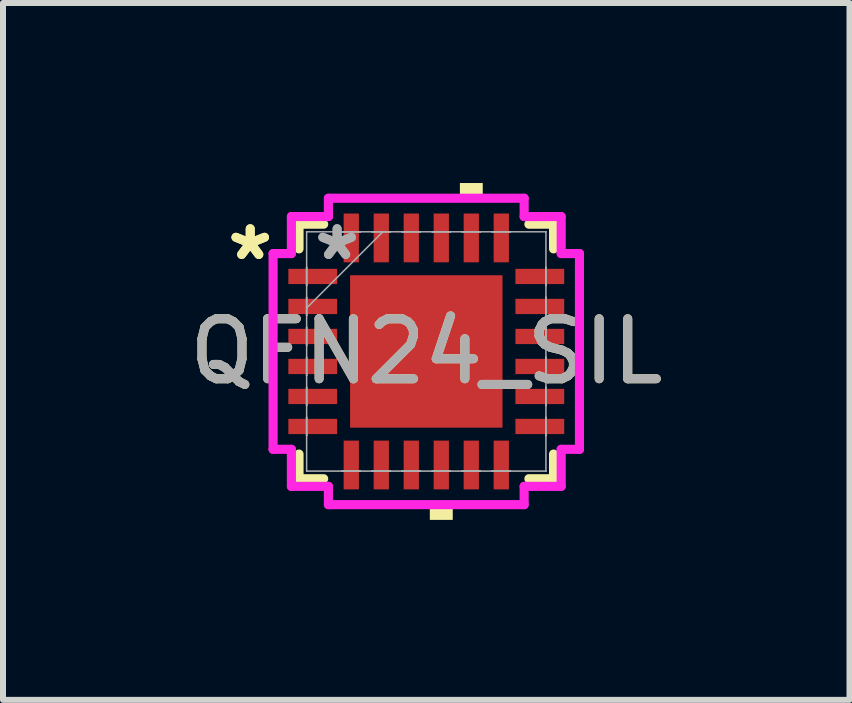
<source format=kicad_pcb>
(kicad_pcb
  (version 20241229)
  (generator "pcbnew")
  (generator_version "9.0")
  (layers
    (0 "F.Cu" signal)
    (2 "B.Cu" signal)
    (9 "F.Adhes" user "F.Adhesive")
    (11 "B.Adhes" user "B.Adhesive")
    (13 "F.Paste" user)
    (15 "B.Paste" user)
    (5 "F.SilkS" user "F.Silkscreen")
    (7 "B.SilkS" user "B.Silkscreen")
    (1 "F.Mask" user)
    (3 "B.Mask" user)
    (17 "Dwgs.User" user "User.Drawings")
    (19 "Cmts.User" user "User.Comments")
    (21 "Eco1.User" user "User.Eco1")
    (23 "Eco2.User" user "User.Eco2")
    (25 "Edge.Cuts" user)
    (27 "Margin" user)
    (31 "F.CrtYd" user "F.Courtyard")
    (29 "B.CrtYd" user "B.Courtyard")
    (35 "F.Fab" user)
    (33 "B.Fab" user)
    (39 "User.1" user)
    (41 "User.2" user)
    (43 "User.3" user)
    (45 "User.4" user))
  (footprint "QFN24_SIL"
    (layer "F.Cu")
    (at 4.054 2.807)
    (property "Reference" "QFN24_SIL" (at 0 0 0) (unlocked yes) (layer "F.SilkS") (effects (font (size 1 1) (thickness 0.15))))
    (attr smd)
    (fp_line (start -2.121 -2.121) (end -2.121 -1.71) (stroke (width 0.152) (type solid)) (layer "F.SilkS"))
    (fp_line (start -2.121 1.71) (end -2.121 2.121) (stroke (width 0.152) (type solid)) (layer "F.SilkS"))
    (fp_line (start -2.121 2.121) (end -1.71 2.121) (stroke (width 0.152) (type solid)) (layer "F.SilkS"))
    (fp_line (start -1.71 -2.121) (end -2.121 -2.121) (stroke (width 0.152) (type solid)) (layer "F.SilkS"))
    (fp_line (start 1.71 2.121) (end 2.121 2.121) (stroke (width 0.152) (type solid)) (layer "F.SilkS"))
    (fp_line (start 2.121 -2.121) (end 1.71 -2.121) (stroke (width 0.152) (type solid)) (layer "F.SilkS"))
    (fp_line (start 2.121 -1.71) (end 2.121 -2.121) (stroke (width 0.152) (type solid)) (layer "F.SilkS"))
    (fp_line (start 2.121 2.121) (end 2.121 1.71) (stroke (width 0.152) (type solid)) (layer "F.SilkS"))
    (fp_poly (pts (xy 0.059 2.553) (xy 0.059 2.807) (xy 0.441 2.807) (xy 0.441 2.553)) (stroke (width 0) (type solid)) (fill yes) (layer "F.SilkS"))
    (fp_poly (pts (xy 0.56 -2.553) (xy 0.56 -2.807) (xy 0.941 -2.807) (xy 0.941 -2.553)) (stroke (width 0) (type solid)) (fill yes) (layer "F.SilkS"))
    (fp_poly (pts (xy -1.17 -1.17) (xy -1.17 -0.1) (xy -0.1 -0.1) (xy -0.1 -1.17)) (stroke (width 0) (type solid)) (fill yes) (layer "F.Paste"))
    (fp_poly (pts (xy -1.17 0.1) (xy -1.17 1.17) (xy -0.1 1.17) (xy -0.1 0.1)) (stroke (width 0) (type solid)) (fill yes) (layer "F.Paste"))
    (fp_poly (pts (xy 0.1 -1.17) (xy 0.1 -0.1) (xy 1.17 -0.1) (xy 1.17 -1.17)) (stroke (width 0) (type solid)) (fill yes) (layer "F.Paste"))
    (fp_poly (pts (xy 0.1 0.1) (xy 0.1 1.17) (xy 1.17 1.17) (xy 1.17 0.1)) (stroke (width 0) (type solid)) (fill yes) (layer "F.Paste"))
    (fp_line (start -2.553 -1.631) (end -2.248 -1.631) (stroke (width 0.152) (type solid)) (layer "F.CrtYd"))
    (fp_line (start -2.553 1.631) (end -2.553 -1.631) (stroke (width 0.152) (type solid)) (layer "F.CrtYd"))
    (fp_line (start -2.248 -2.248) (end -1.631 -2.248) (stroke (width 0.152) (type solid)) (layer "F.CrtYd"))
    (fp_line (start -2.248 -1.631) (end -2.248 -2.248) (stroke (width 0.152) (type solid)) (layer "F.CrtYd"))
    (fp_line (start -2.248 1.631) (end -2.553 1.631) (stroke (width 0.152) (type solid)) (layer "F.CrtYd"))
    (fp_line (start -2.248 2.248) (end -2.248 1.631) (stroke (width 0.152) (type solid)) (layer "F.CrtYd"))
    (fp_line (start -1.631 -2.553) (end 1.631 -2.553) (stroke (width 0.152) (type solid)) (layer "F.CrtYd"))
    (fp_line (start -1.631 -2.248) (end -1.631 -2.553) (stroke (width 0.152) (type solid)) (layer "F.CrtYd"))
    (fp_line (start -1.631 2.248) (end -2.248 2.248) (stroke (width 0.152) (type solid)) (layer "F.CrtYd"))
    (fp_line (start -1.631 2.553) (end -1.631 2.248) (stroke (width 0.152) (type solid)) (layer "F.CrtYd"))
    (fp_line (start 1.631 -2.553) (end 1.631 -2.248) (stroke (width 0.152) (type solid)) (layer "F.CrtYd"))
    (fp_line (start 1.631 -2.248) (end 2.248 -2.248) (stroke (width 0.152) (type solid)) (layer "F.CrtYd"))
    (fp_line (start 1.631 2.248) (end 1.631 2.553) (stroke (width 0.152) (type solid)) (layer "F.CrtYd"))
    (fp_line (start 1.631 2.553) (end -1.631 2.553) (stroke (width 0.152) (type solid)) (layer "F.CrtYd"))
    (fp_line (start 2.248 -2.248) (end 2.248 -1.631) (stroke (width 0.152) (type solid)) (layer "F.CrtYd"))
    (fp_line (start 2.248 -1.631) (end 2.553 -1.631) (stroke (width 0.152) (type solid)) (layer "F.CrtYd"))
    (fp_line (start 2.248 1.631) (end 2.248 2.248) (stroke (width 0.152) (type solid)) (layer "F.CrtYd"))
    (fp_line (start 2.248 2.248) (end 1.631 2.248) (stroke (width 0.152) (type solid)) (layer "F.CrtYd"))
    (fp_line (start 2.553 -1.631) (end 2.553 1.631) (stroke (width 0.152) (type solid)) (layer "F.CrtYd"))
    (fp_line (start 2.553 1.631) (end 2.248 1.631) (stroke (width 0.152) (type solid)) (layer "F.CrtYd"))
    (fp_line (start -1.994 -1.994) (end -1.994 -1.994) (stroke (width 0.025) (type solid)) (layer "F.Fab"))
    (fp_line (start -1.994 -1.994) (end -1.994 1.994) (stroke (width 0.025) (type solid)) (layer "F.Fab"))
    (fp_line (start -1.994 -1.402) (end -1.994 -1.402) (stroke (width 0.025) (type solid)) (layer "F.Fab"))
    (fp_line (start -1.994 -1.402) (end -1.994 -1.098) (stroke (width 0.025) (type solid)) (layer "F.Fab"))
    (fp_line (start -1.994 -1.098) (end -1.994 -1.402) (stroke (width 0.025) (type solid)) (layer "F.Fab"))
    (fp_line (start -1.994 -1.098) (end -1.994 -1.098) (stroke (width 0.025) (type solid)) (layer "F.Fab"))
    (fp_line (start -1.994 -0.902) (end -1.994 -0.902) (stroke (width 0.025) (type solid)) (layer "F.Fab"))
    (fp_line (start -1.994 -0.902) (end -1.994 -0.598) (stroke (width 0.025) (type solid)) (layer "F.Fab"))
    (fp_line (start -1.994 -0.724) (end -0.724 -1.994) (stroke (width 0.025) (type solid)) (layer "F.Fab"))
    (fp_line (start -1.994 -0.598) (end -1.994 -0.902) (stroke (width 0.025) (type solid)) (layer "F.Fab"))
    (fp_line (start -1.994 -0.598) (end -1.994 -0.598) (stroke (width 0.025) (type solid)) (layer "F.Fab"))
    (fp_line (start -1.994 -0.402) (end -1.994 -0.402) (stroke (width 0.025) (type solid)) (layer "F.Fab"))
    (fp_line (start -1.994 -0.402) (end -1.994 -0.098) (stroke (width 0.025) (type solid)) (layer "F.Fab"))
    (fp_line (start -1.994 -0.098) (end -1.994 -0.402) (stroke (width 0.025) (type solid)) (layer "F.Fab"))
    (fp_line (start -1.994 -0.098) (end -1.994 -0.098) (stroke (width 0.025) (type solid)) (layer "F.Fab"))
    (fp_line (start -1.994 0.098) (end -1.994 0.098) (stroke (width 0.025) (type solid)) (layer "F.Fab"))
    (fp_line (start -1.994 0.098) (end -1.994 0.402) (stroke (width 0.025) (type solid)) (layer "F.Fab"))
    (fp_line (start -1.994 0.402) (end -1.994 0.098) (stroke (width 0.025) (type solid)) (layer "F.Fab"))
    (fp_line (start -1.994 0.402) (end -1.994 0.402) (stroke (width 0.025) (type solid)) (layer "F.Fab"))
    (fp_line (start -1.994 0.598) (end -1.994 0.598) (stroke (width 0.025) (type solid)) (layer "F.Fab"))
    (fp_line (start -1.994 0.598) (end -1.994 0.902) (stroke (width 0.025) (type solid)) (layer "F.Fab"))
    (fp_line (start -1.994 0.902) (end -1.994 0.598) (stroke (width 0.025) (type solid)) (layer "F.Fab"))
    (fp_line (start -1.994 0.902) (end -1.994 0.902) (stroke (width 0.025) (type solid)) (layer "F.Fab"))
    (fp_line (start -1.994 1.098) (end -1.994 1.098) (stroke (width 0.025) (type solid)) (layer "F.Fab"))
    (fp_line (start -1.994 1.098) (end -1.994 1.402) (stroke (width 0.025) (type solid)) (layer "F.Fab"))
    (fp_line (start -1.994 1.402) (end -1.994 1.098) (stroke (width 0.025) (type solid)) (layer "F.Fab"))
    (fp_line (start -1.994 1.402) (end -1.994 1.402) (stroke (width 0.025) (type solid)) (layer "F.Fab"))
    (fp_line (start -1.994 1.994) (end -1.994 1.994) (stroke (width 0.025) (type solid)) (layer "F.Fab"))
    (fp_line (start -1.994 1.994) (end 1.994 1.994) (stroke (width 0.025) (type solid)) (layer "F.Fab"))
    (fp_line (start -1.402 -1.994) (end -1.402 -1.994) (stroke (width 0.025) (type solid)) (layer "F.Fab"))
    (fp_line (start -1.402 -1.994) (end -1.098 -1.994) (stroke (width 0.025) (type solid)) (layer "F.Fab"))
    (fp_line (start -1.402 1.994) (end -1.402 1.994) (stroke (width 0.025) (type solid)) (layer "F.Fab"))
    (fp_line (start -1.402 1.994) (end -1.098 1.994) (stroke (width 0.025) (type solid)) (layer "F.Fab"))
    (fp_line (start -1.098 -1.994) (end -1.402 -1.994) (stroke (width 0.025) (type solid)) (layer "F.Fab"))
    (fp_line (start -1.098 -1.994) (end -1.098 -1.994) (stroke (width 0.025) (type solid)) (layer "F.Fab"))
    (fp_line (start -1.098 1.994) (end -1.402 1.994) (stroke (width 0.025) (type solid)) (layer "F.Fab"))
    (fp_line (start -1.098 1.994) (end -1.098 1.994) (stroke (width 0.025) (type solid)) (layer "F.Fab"))
    (fp_line (start -0.902 -1.994) (end -0.902 -1.994) (stroke (width 0.025) (type solid)) (layer "F.Fab"))
    (fp_line (start -0.902 -1.994) (end -0.598 -1.994) (stroke (width 0.025) (type solid)) (layer "F.Fab"))
    (fp_line (start -0.902 1.994) (end -0.902 1.994) (stroke (width 0.025) (type solid)) (layer "F.Fab"))
    (fp_line (start -0.902 1.994) (end -0.598 1.994) (stroke (width 0.025) (type solid)) (layer "F.Fab"))
    (fp_line (start -0.598 -1.994) (end -0.902 -1.994) (stroke (width 0.025) (type solid)) (layer "F.Fab"))
    (fp_line (start -0.598 -1.994) (end -0.598 -1.994) (stroke (width 0.025) (type solid)) (layer "F.Fab"))
    (fp_line (start -0.598 1.994) (end -0.902 1.994) (stroke (width 0.025) (type solid)) (layer "F.Fab"))
    (fp_line (start -0.598 1.994) (end -0.598 1.994) (stroke (width 0.025) (type solid)) (layer "F.Fab"))
    (fp_line (start -0.402 -1.994) (end -0.402 -1.994) (stroke (width 0.025) (type solid)) (layer "F.Fab"))
    (fp_line (start -0.402 -1.994) (end -0.098 -1.994) (stroke (width 0.025) (type solid)) (layer "F.Fab"))
    (fp_line (start -0.402 1.994) (end -0.402 1.994) (stroke (width 0.025) (type solid)) (layer "F.Fab"))
    (fp_line (start -0.402 1.994) (end -0.098 1.994) (stroke (width 0.025) (type solid)) (layer "F.Fab"))
    (fp_line (start -0.098 -1.994) (end -0.402 -1.994) (stroke (width 0.025) (type solid)) (layer "F.Fab"))
    (fp_line (start -0.098 -1.994) (end -0.098 -1.994) (stroke (width 0.025) (type solid)) (layer "F.Fab"))
    (fp_line (start -0.098 1.994) (end -0.402 1.994) (stroke (width 0.025) (type solid)) (layer "F.Fab"))
    (fp_line (start -0.098 1.994) (end -0.098 1.994) (stroke (width 0.025) (type solid)) (layer "F.Fab"))
    (fp_line (start 0.098 -1.994) (end 0.098 -1.994) (stroke (width 0.025) (type solid)) (layer "F.Fab"))
    (fp_line (start 0.098 -1.994) (end 0.402 -1.994) (stroke (width 0.025) (type solid)) (layer "F.Fab"))
    (fp_line (start 0.098 1.994) (end 0.098 1.994) (stroke (width 0.025) (type solid)) (layer "F.Fab"))
    (fp_line (start 0.098 1.994) (end 0.402 1.994) (stroke (width 0.025) (type solid)) (layer "F.Fab"))
    (fp_line (start 0.402 -1.994) (end 0.098 -1.994) (stroke (width 0.025) (type solid)) (layer "F.Fab"))
    (fp_line (start 0.402 -1.994) (end 0.402 -1.994) (stroke (width 0.025) (type solid)) (layer "F.Fab"))
    (fp_line (start 0.402 1.994) (end 0.098 1.994) (stroke (width 0.025) (type solid)) (layer "F.Fab"))
    (fp_line (start 0.402 1.994) (end 0.402 1.994) (stroke (width 0.025) (type solid)) (layer "F.Fab"))
    (fp_line (start 0.598 -1.994) (end 0.598 -1.994) (stroke (width 0.025) (type solid)) (layer "F.Fab"))
    (fp_line (start 0.598 -1.994) (end 0.902 -1.994) (stroke (width 0.025) (type solid)) (layer "F.Fab"))
    (fp_line (start 0.598 1.994) (end 0.598 1.994) (stroke (width 0.025) (type solid)) (layer "F.Fab"))
    (fp_line (start 0.598 1.994) (end 0.902 1.994) (stroke (width 0.025) (type solid)) (layer "F.Fab"))
    (fp_line (start 0.902 -1.994) (end 0.598 -1.994) (stroke (width 0.025) (type solid)) (layer "F.Fab"))
    (fp_line (start 0.902 -1.994) (end 0.902 -1.994) (stroke (width 0.025) (type solid)) (layer "F.Fab"))
    (fp_line (start 0.902 1.994) (end 0.598 1.994) (stroke (width 0.025) (type solid)) (layer "F.Fab"))
    (fp_line (start 0.902 1.994) (end 0.902 1.994) (stroke (width 0.025) (type solid)) (layer "F.Fab"))
    (fp_line (start 1.098 -1.994) (end 1.098 -1.994) (stroke (width 0.025) (type solid)) (layer "F.Fab"))
    (fp_line (start 1.098 -1.994) (end 1.402 -1.994) (stroke (width 0.025) (type solid)) (layer "F.Fab"))
    (fp_line (start 1.098 1.994) (end 1.098 1.994) (stroke (width 0.025) (type solid)) (layer "F.Fab"))
    (fp_line (start 1.098 1.994) (end 1.402 1.994) (stroke (width 0.025) (type solid)) (layer "F.Fab"))
    (fp_line (start 1.402 -1.994) (end 1.098 -1.994) (stroke (width 0.025) (type solid)) (layer "F.Fab"))
    (fp_line (start 1.402 -1.994) (end 1.402 -1.994) (stroke (width 0.025) (type solid)) (layer "F.Fab"))
    (fp_line (start 1.402 1.994) (end 1.098 1.994) (stroke (width 0.025) (type solid)) (layer "F.Fab"))
    (fp_line (start 1.402 1.994) (end 1.402 1.994) (stroke (width 0.025) (type solid)) (layer "F.Fab"))
    (fp_line (start 1.994 -1.994) (end -1.994 -1.994) (stroke (width 0.025) (type solid)) (layer "F.Fab"))
    (fp_line (start 1.994 -1.994) (end 1.994 -1.994) (stroke (width 0.025) (type solid)) (layer "F.Fab"))
    (fp_line (start 1.994 -1.402) (end 1.994 -1.402) (stroke (width 0.025) (type solid)) (layer "F.Fab"))
    (fp_line (start 1.994 -1.402) (end 1.994 -1.098) (stroke (width 0.025) (type solid)) (layer "F.Fab"))
    (fp_line (start 1.994 -1.098) (end 1.994 -1.402) (stroke (width 0.025) (type solid)) (layer "F.Fab"))
    (fp_line (start 1.994 -1.098) (end 1.994 -1.098) (stroke (width 0.025) (type solid)) (layer "F.Fab"))
    (fp_line (start 1.994 -0.902) (end 1.994 -0.902) (stroke (width 0.025) (type solid)) (layer "F.Fab"))
    (fp_line (start 1.994 -0.902) (end 1.994 -0.598) (stroke (width 0.025) (type solid)) (layer "F.Fab"))
    (fp_line (start 1.994 -0.598) (end 1.994 -0.902) (stroke (width 0.025) (type solid)) (layer "F.Fab"))
    (fp_line (start 1.994 -0.598) (end 1.994 -0.598) (stroke (width 0.025) (type solid)) (layer "F.Fab"))
    (fp_line (start 1.994 -0.402) (end 1.994 -0.402) (stroke (width 0.025) (type solid)) (layer "F.Fab"))
    (fp_line (start 1.994 -0.402) (end 1.994 -0.098) (stroke (width 0.025) (type solid)) (layer "F.Fab"))
    (fp_line (start 1.994 -0.098) (end 1.994 -0.402) (stroke (width 0.025) (type solid)) (layer "F.Fab"))
    (fp_line (start 1.994 -0.098) (end 1.994 -0.098) (stroke (width 0.025) (type solid)) (layer "F.Fab"))
    (fp_line (start 1.994 0.098) (end 1.994 0.098) (stroke (width 0.025) (type solid)) (layer "F.Fab"))
    (fp_line (start 1.994 0.098) (end 1.994 0.402) (stroke (width 0.025) (type solid)) (layer "F.Fab"))
    (fp_line (start 1.994 0.402) (end 1.994 0.098) (stroke (width 0.025) (type solid)) (layer "F.Fab"))
    (fp_line (start 1.994 0.402) (end 1.994 0.402) (stroke (width 0.025) (type solid)) (layer "F.Fab"))
    (fp_line (start 1.994 0.598) (end 1.994 0.598) (stroke (width 0.025) (type solid)) (layer "F.Fab"))
    (fp_line (start 1.994 0.598) (end 1.994 0.902) (stroke (width 0.025) (type solid)) (layer "F.Fab"))
    (fp_line (start 1.994 0.902) (end 1.994 0.598) (stroke (width 0.025) (type solid)) (layer "F.Fab"))
    (fp_line (start 1.994 0.902) (end 1.994 0.902) (stroke (width 0.025) (type solid)) (layer "F.Fab"))
    (fp_line (start 1.994 1.098) (end 1.994 1.098) (stroke (width 0.025) (type solid)) (layer "F.Fab"))
    (fp_line (start 1.994 1.098) (end 1.994 1.402) (stroke (width 0.025) (type solid)) (layer "F.Fab"))
    (fp_line (start 1.994 1.402) (end 1.994 1.098) (stroke (width 0.025) (type solid)) (layer "F.Fab"))
    (fp_line (start 1.994 1.402) (end 1.994 1.402) (stroke (width 0.025) (type solid)) (layer "F.Fab"))
    (fp_line (start 1.994 1.994) (end 1.994 -1.994) (stroke (width 0.025) (type solid)) (layer "F.Fab"))
    (fp_line (start 1.994 1.994) (end 1.994 1.994) (stroke (width 0.025) (type solid)) (layer "F.Fab"))
    (fp_text user "*" (at -2.934 -1.5 0) (unlocked yes) (layer "F.SilkS") (effects (font (size 1 1) (thickness 0.15))))
    (fp_text user "*" (at -2.934 -1.5 0) (layer "F.SilkS") (effects (font (size 1 1) (thickness 0.15))))
    (fp_text user "*" (at -1.486 -1.5 0) (layer "F.Fab") (effects (font (size 1 1) (thickness 0.15))))
    (fp_text user "*" (at -1.486 -1.5 0) (unlocked yes) (layer "F.Fab") (effects (font (size 1 1) (thickness 0.15))))
    (fp_text user "${REFERENCE}" (at 0 0 0) (unlocked yes) (layer "F.Fab") (effects (font (size 1 1) (thickness 0.15))))
    (pad "1" smd rect (at -1.892 -1.25 90) (size 0.254 0.813) (layers "F.Cu" "F.Mask" "F.Paste"))
    (pad "2" smd rect (at -1.892 -0.75 90) (size 0.254 0.813) (layers "F.Cu" "F.Mask" "F.Paste"))
    (pad "3" smd rect (at -1.892 -0.25 90) (size 0.254 0.813) (layers "F.Cu" "F.Mask" "F.Paste"))
    (pad "4" smd rect (at -1.892 0.25 90) (size 0.254 0.813) (layers "F.Cu" "F.Mask" "F.Paste"))
    (pad "5" smd rect (at -1.892 0.75 90) (size 0.254 0.813) (layers "F.Cu" "F.Mask" "F.Paste"))
    (pad "6" smd rect (at -1.892 1.25 90) (size 0.254 0.813) (layers "F.Cu" "F.Mask" "F.Paste"))
    (pad "7" smd rect (at -1.25 1.892) (size 0.254 0.813) (layers "F.Cu" "F.Mask" "F.Paste"))
    (pad "8" smd rect (at -0.75 1.892) (size 0.254 0.813) (layers "F.Cu" "F.Mask" "F.Paste"))
    (pad "9" smd rect (at -0.25 1.892) (size 0.254 0.813) (layers "F.Cu" "F.Mask" "F.Paste"))
    (pad "10" smd rect (at 0.25 1.892) (size 0.254 0.813) (layers "F.Cu" "F.Mask" "F.Paste"))
    (pad "11" smd rect (at 0.75 1.892) (size 0.254 0.813) (layers "F.Cu" "F.Mask" "F.Paste"))
    (pad "12" smd rect (at 1.25 1.892) (size 0.254 0.813) (layers "F.Cu" "F.Mask" "F.Paste"))
    (pad "13" smd rect (at 1.892 1.25 90) (size 0.254 0.813) (layers "F.Cu" "F.Mask" "F.Paste"))
    (pad "14" smd rect (at 1.892 0.75 90) (size 0.254 0.813) (layers "F.Cu" "F.Mask" "F.Paste"))
    (pad "15" smd rect (at 1.892 0.25 90) (size 0.254 0.813) (layers "F.Cu" "F.Mask" "F.Paste"))
    (pad "16" smd rect (at 1.892 -0.25 90) (size 0.254 0.813) (layers "F.Cu" "F.Mask" "F.Paste"))
    (pad "17" smd rect (at 1.892 -0.75 90) (size 0.254 0.813) (layers "F.Cu" "F.Mask" "F.Paste"))
    (pad "18" smd rect (at 1.892 -1.25 90) (size 0.254 0.813) (layers "F.Cu" "F.Mask" "F.Paste"))
    (pad "19" smd rect (at 1.25 -1.892) (size 0.254 0.813) (layers "F.Cu" "F.Mask" "F.Paste"))
    (pad "20" smd rect (at 0.75 -1.892) (size 0.254 0.813) (layers "F.Cu" "F.Mask" "F.Paste"))
    (pad "21" smd rect (at 0.25 -1.892) (size 0.254 0.813) (layers "F.Cu" "F.Mask" "F.Paste"))
    (pad "22" smd rect (at -0.25 -1.892) (size 0.254 0.813) (layers "F.Cu" "F.Mask" "F.Paste"))
    (pad "23" smd rect (at -0.75 -1.892) (size 0.254 0.813) (layers "F.Cu" "F.Mask" "F.Paste"))
    (pad "24" smd rect (at -1.25 -1.892) (size 0.254 0.813) (layers "F.Cu" "F.Mask" "F.Paste"))
    (pad "25" smd rect (at 0 0) (size 2.54 2.54) (layers "F.Cu" "F.Mask" "F.Paste")))
  (gr_rect
    (start -3 -3)
    (end 11.107 8.613)
    (stroke (width 0.1) (type default))
    (fill no)
    (layer "Edge.Cuts")))
</source>
